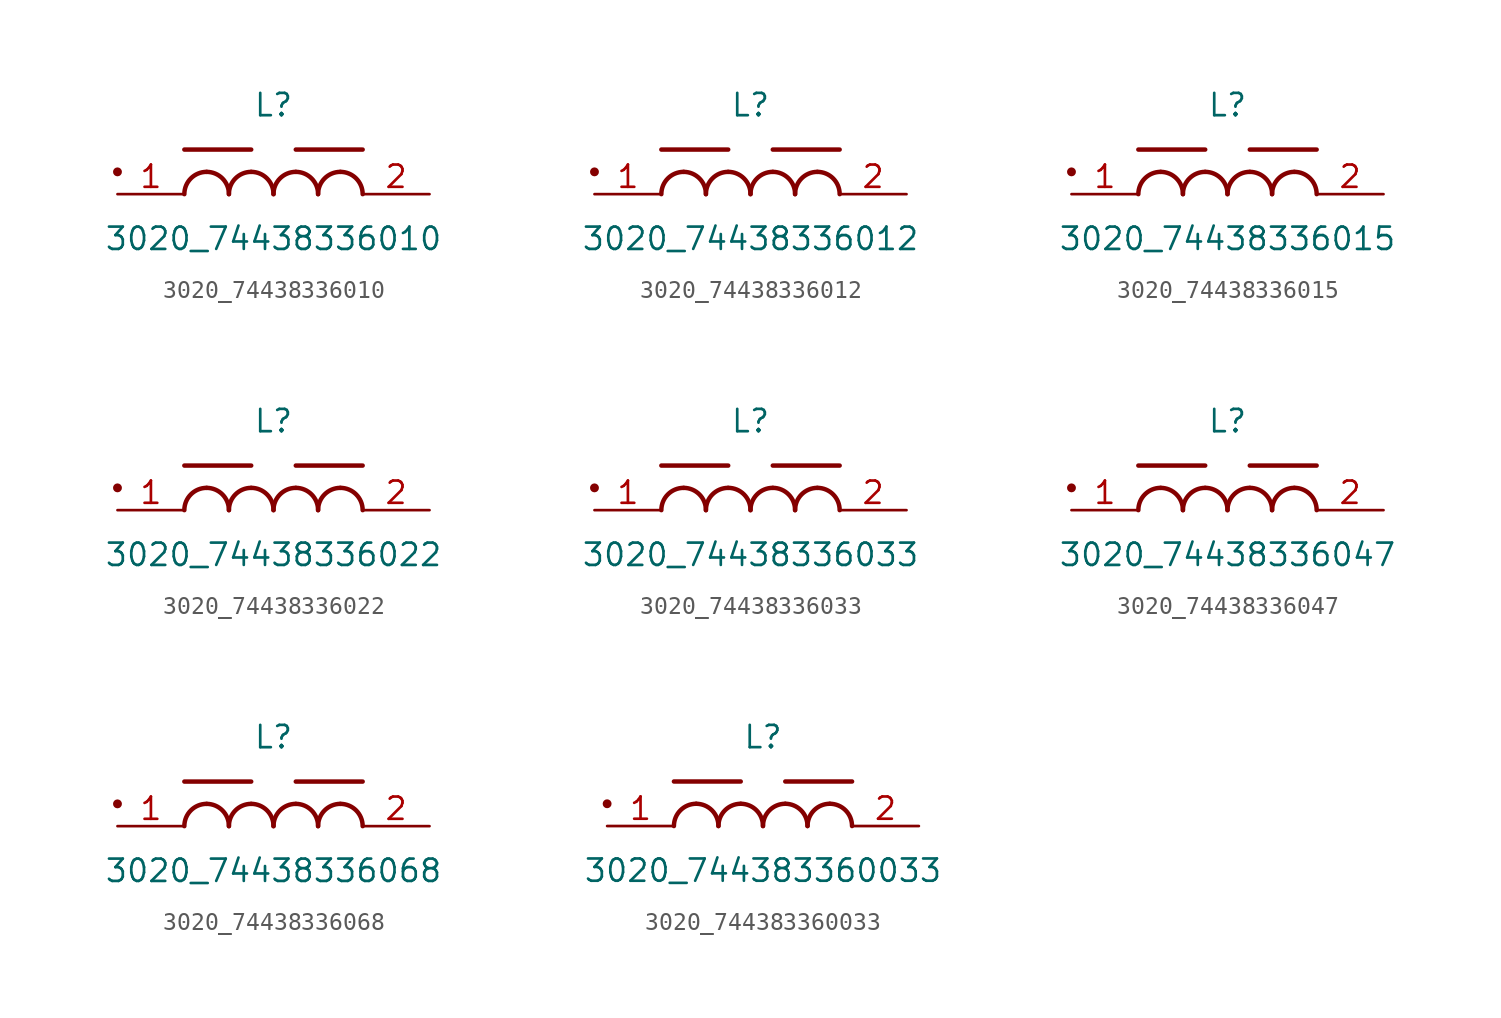
<source format=kicad_sym>
(kicad_symbol_lib
  (version 20211014)
  (generator kicad_symbol_editor)
  (symbol "Inductor_Wurth_WE-MAPI:3020_74438336010"
    (pin_names hide)
    (property "Reference" "L"
      (at 0 5.08 0)
      (effects (font (size 1.27 1.27))))
    (property "Value" "3020_74438336010"
      (at 0 -2.54 0)
      (effects (font (size 1.27 1.27))))
    (symbol "3020_74438336010_0_1"
      (circle (center -8.89 1.27) (radius 0.0001) (stroke (width 0.254)) (stroke (width 0.254) (type default) (color 0 0 0 0)) (fill (type none)))
      (arc (start -3.81 1.27) (mid -4.708 0.898) (end -5.08 0) (stroke (width 0.254) (type default) (color 0 0 0 0)) (fill (type none)))
      (arc (start -2.54 0) (mid -2.912 0.898) (end -3.81 1.27) (stroke (width 0.254) (type default) (color 0 0 0 0)) (fill (type none)))
      (arc (start -1.2699 1.2701) (mid -2.1679 0.8981) (end -2.5399 0.0001) (stroke (width 0.254) (type default) (color 0 0 0 0)) (fill (type none)))
      (polyline (pts (xy -5.08 2.54) (xy -1.27 2.54)) (stroke (width 0.254) (type default) (color 0 0 0 0)) (fill (type none)))
      (polyline (pts (xy 5.08 2.54) (xy 1.27 2.54)) (stroke (width 0.254) (type default) (color 0 0 0 0)) (fill (type none)))
      (arc (start 0.0001 0.0001) (mid -0.3719 0.8981) (end -1.2699 1.2701) (stroke (width 0.254) (type default) (color 0 0 0 0)) (fill (type none)))
      (arc (start 1.2701 1.2701) (mid 0.3721 0.8981) (end 0.0001 0.0001) (stroke (width 0.254) (type default) (color 0 0 0 0)) (fill (type none)))
      (arc (start 2.5401 0.0001) (mid 2.1681 0.8981) (end 1.2701 1.2701) (stroke (width 0.254) (type default) (color 0 0 0 0)) (fill (type none)))
      (arc (start 3.8101 1.2701) (mid 2.9121 0.8981) (end 2.5401 0.0001) (stroke (width 0.254) (type default) (color 0 0 0 0)) (fill (type none)))
      (arc (start 5.0801 0.0001) (mid 4.7081 0.8981) (end 3.8101 1.2701) (stroke (width 0.254) (type default) (color 0 0 0 0)) (fill (type none))))
    (symbol "3020_74438336010_1_1"
      (pin passive line (at -8.89 0 0) (length 3.81) (name "1" (effects (font (size 1.27 1.27)))) (number "1" (effects (font (size 1.27 1.27)))))
      (pin passive line (at 8.89 0 180) (length 3.81) (name "2" (effects (font (size 1.27 1.27)))) (number "2" (effects (font (size 1.27 1.27)))))))
  (symbol "Inductor_Wurth_WE-MAPI:3020_74438336012"
    (pin_names hide)
    (property "Reference" "L"
      (at 0 5.08 0)
      (effects (font (size 1.27 1.27))))
    (property "Value" "3020_74438336012"
      (at 0 -2.54 0)
      (effects (font (size 1.27 1.27))))
    (symbol "3020_74438336012_0_1"
      (circle (center -8.89 1.27) (radius 0.0001) (stroke (width 0.254)) (stroke (width 0.254) (type default) (color 0 0 0 0)) (fill (type none)))
      (arc (start -3.81 1.27) (mid -4.708 0.898) (end -5.08 0) (stroke (width 0.254) (type default) (color 0 0 0 0)) (fill (type none)))
      (arc (start -2.54 0) (mid -2.912 0.898) (end -3.81 1.27) (stroke (width 0.254) (type default) (color 0 0 0 0)) (fill (type none)))
      (arc (start -1.2699 1.2701) (mid -2.1679 0.8981) (end -2.5399 0.0001) (stroke (width 0.254) (type default) (color 0 0 0 0)) (fill (type none)))
      (polyline (pts (xy -5.08 2.54) (xy -1.27 2.54)) (stroke (width 0.254) (type default) (color 0 0 0 0)) (fill (type none)))
      (polyline (pts (xy 5.08 2.54) (xy 1.27 2.54)) (stroke (width 0.254) (type default) (color 0 0 0 0)) (fill (type none)))
      (arc (start 0.0001 0.0001) (mid -0.3719 0.8981) (end -1.2699 1.2701) (stroke (width 0.254) (type default) (color 0 0 0 0)) (fill (type none)))
      (arc (start 1.2701 1.2701) (mid 0.3721 0.8981) (end 0.0001 0.0001) (stroke (width 0.254) (type default) (color 0 0 0 0)) (fill (type none)))
      (arc (start 2.5401 0.0001) (mid 2.1681 0.8981) (end 1.2701 1.2701) (stroke (width 0.254) (type default) (color 0 0 0 0)) (fill (type none)))
      (arc (start 3.8101 1.2701) (mid 2.9121 0.8981) (end 2.5401 0.0001) (stroke (width 0.254) (type default) (color 0 0 0 0)) (fill (type none)))
      (arc (start 5.0801 0.0001) (mid 4.7081 0.8981) (end 3.8101 1.2701) (stroke (width 0.254) (type default) (color 0 0 0 0)) (fill (type none))))
    (symbol "3020_74438336012_1_1"
      (pin passive line (at -8.89 0 0) (length 3.81) (name "1" (effects (font (size 1.27 1.27)))) (number "1" (effects (font (size 1.27 1.27)))))
      (pin passive line (at 8.89 0 180) (length 3.81) (name "2" (effects (font (size 1.27 1.27)))) (number "2" (effects (font (size 1.27 1.27)))))))
  (symbol "Inductor_Wurth_WE-MAPI:3020_74438336015"
    (pin_names hide)
    (property "Reference" "L"
      (at 0 5.08 0)
      (effects (font (size 1.27 1.27))))
    (property "Value" "3020_74438336015"
      (at 0 -2.54 0)
      (effects (font (size 1.27 1.27))))
    (symbol "3020_74438336015_0_1"
      (circle (center -8.89 1.27) (radius 0.0001) (stroke (width 0.254)) (stroke (width 0.254) (type default) (color 0 0 0 0)) (fill (type none)))
      (arc (start -3.81 1.27) (mid -4.708 0.898) (end -5.08 0) (stroke (width 0.254) (type default) (color 0 0 0 0)) (fill (type none)))
      (arc (start -2.54 0) (mid -2.912 0.898) (end -3.81 1.27) (stroke (width 0.254) (type default) (color 0 0 0 0)) (fill (type none)))
      (arc (start -1.2699 1.2701) (mid -2.1679 0.8981) (end -2.5399 0.0001) (stroke (width 0.254) (type default) (color 0 0 0 0)) (fill (type none)))
      (polyline (pts (xy -5.08 2.54) (xy -1.27 2.54)) (stroke (width 0.254) (type default) (color 0 0 0 0)) (fill (type none)))
      (polyline (pts (xy 5.08 2.54) (xy 1.27 2.54)) (stroke (width 0.254) (type default) (color 0 0 0 0)) (fill (type none)))
      (arc (start 0.0001 0.0001) (mid -0.3719 0.8981) (end -1.2699 1.2701) (stroke (width 0.254) (type default) (color 0 0 0 0)) (fill (type none)))
      (arc (start 1.2701 1.2701) (mid 0.3721 0.8981) (end 0.0001 0.0001) (stroke (width 0.254) (type default) (color 0 0 0 0)) (fill (type none)))
      (arc (start 2.5401 0.0001) (mid 2.1681 0.8981) (end 1.2701 1.2701) (stroke (width 0.254) (type default) (color 0 0 0 0)) (fill (type none)))
      (arc (start 3.8101 1.2701) (mid 2.9121 0.8981) (end 2.5401 0.0001) (stroke (width 0.254) (type default) (color 0 0 0 0)) (fill (type none)))
      (arc (start 5.0801 0.0001) (mid 4.7081 0.8981) (end 3.8101 1.2701) (stroke (width 0.254) (type default) (color 0 0 0 0)) (fill (type none))))
    (symbol "3020_74438336015_1_1"
      (pin passive line (at -8.89 0 0) (length 3.81) (name "1" (effects (font (size 1.27 1.27)))) (number "1" (effects (font (size 1.27 1.27)))))
      (pin passive line (at 8.89 0 180) (length 3.81) (name "2" (effects (font (size 1.27 1.27)))) (number "2" (effects (font (size 1.27 1.27)))))))
  (symbol "Inductor_Wurth_WE-MAPI:3020_74438336022"
    (pin_names hide)
    (property "Reference" "L"
      (at 0 5.08 0)
      (effects (font (size 1.27 1.27))))
    (property "Value" "3020_74438336022"
      (at 0 -2.54 0)
      (effects (font (size 1.27 1.27))))
    (symbol "3020_74438336022_0_1"
      (circle (center -8.89 1.27) (radius 0.0001) (stroke (width 0.254)) (stroke (width 0.254) (type default) (color 0 0 0 0)) (fill (type none)))
      (arc (start -3.81 1.27) (mid -4.708 0.898) (end -5.08 0) (stroke (width 0.254) (type default) (color 0 0 0 0)) (fill (type none)))
      (arc (start -2.54 0) (mid -2.912 0.898) (end -3.81 1.27) (stroke (width 0.254) (type default) (color 0 0 0 0)) (fill (type none)))
      (arc (start -1.2699 1.2701) (mid -2.1679 0.8981) (end -2.5399 0.0001) (stroke (width 0.254) (type default) (color 0 0 0 0)) (fill (type none)))
      (polyline (pts (xy -5.08 2.54) (xy -1.27 2.54)) (stroke (width 0.254) (type default) (color 0 0 0 0)) (fill (type none)))
      (polyline (pts (xy 5.08 2.54) (xy 1.27 2.54)) (stroke (width 0.254) (type default) (color 0 0 0 0)) (fill (type none)))
      (arc (start 0.0001 0.0001) (mid -0.3719 0.8981) (end -1.2699 1.2701) (stroke (width 0.254) (type default) (color 0 0 0 0)) (fill (type none)))
      (arc (start 1.2701 1.2701) (mid 0.3721 0.8981) (end 0.0001 0.0001) (stroke (width 0.254) (type default) (color 0 0 0 0)) (fill (type none)))
      (arc (start 2.5401 0.0001) (mid 2.1681 0.8981) (end 1.2701 1.2701) (stroke (width 0.254) (type default) (color 0 0 0 0)) (fill (type none)))
      (arc (start 3.8101 1.2701) (mid 2.9121 0.8981) (end 2.5401 0.0001) (stroke (width 0.254) (type default) (color 0 0 0 0)) (fill (type none)))
      (arc (start 5.0801 0.0001) (mid 4.7081 0.8981) (end 3.8101 1.2701) (stroke (width 0.254) (type default) (color 0 0 0 0)) (fill (type none))))
    (symbol "3020_74438336022_1_1"
      (pin passive line (at -8.89 0 0) (length 3.81) (name "1" (effects (font (size 1.27 1.27)))) (number "1" (effects (font (size 1.27 1.27)))))
      (pin passive line (at 8.89 0 180) (length 3.81) (name "2" (effects (font (size 1.27 1.27)))) (number "2" (effects (font (size 1.27 1.27)))))))
  (symbol "Inductor_Wurth_WE-MAPI:3020_74438336033"
    (pin_names hide)
    (property "Reference" "L"
      (at 0 5.08 0)
      (effects (font (size 1.27 1.27))))
    (property "Value" "3020_74438336033"
      (at 0 -2.54 0)
      (effects (font (size 1.27 1.27))))
    (symbol "3020_74438336033_0_1"
      (circle (center -8.89 1.27) (radius 0.0001) (stroke (width 0.254)) (stroke (width 0.254) (type default) (color 0 0 0 0)) (fill (type none)))
      (arc (start -3.81 1.27) (mid -4.708 0.898) (end -5.08 0) (stroke (width 0.254) (type default) (color 0 0 0 0)) (fill (type none)))
      (arc (start -2.54 0) (mid -2.912 0.898) (end -3.81 1.27) (stroke (width 0.254) (type default) (color 0 0 0 0)) (fill (type none)))
      (arc (start -1.2699 1.2701) (mid -2.1679 0.8981) (end -2.5399 0.0001) (stroke (width 0.254) (type default) (color 0 0 0 0)) (fill (type none)))
      (polyline (pts (xy -5.08 2.54) (xy -1.27 2.54)) (stroke (width 0.254) (type default) (color 0 0 0 0)) (fill (type none)))
      (polyline (pts (xy 5.08 2.54) (xy 1.27 2.54)) (stroke (width 0.254) (type default) (color 0 0 0 0)) (fill (type none)))
      (arc (start 0.0001 0.0001) (mid -0.3719 0.8981) (end -1.2699 1.2701) (stroke (width 0.254) (type default) (color 0 0 0 0)) (fill (type none)))
      (arc (start 1.2701 1.2701) (mid 0.3721 0.8981) (end 0.0001 0.0001) (stroke (width 0.254) (type default) (color 0 0 0 0)) (fill (type none)))
      (arc (start 2.5401 0.0001) (mid 2.1681 0.8981) (end 1.2701 1.2701) (stroke (width 0.254) (type default) (color 0 0 0 0)) (fill (type none)))
      (arc (start 3.8101 1.2701) (mid 2.9121 0.8981) (end 2.5401 0.0001) (stroke (width 0.254) (type default) (color 0 0 0 0)) (fill (type none)))
      (arc (start 5.0801 0.0001) (mid 4.7081 0.8981) (end 3.8101 1.2701) (stroke (width 0.254) (type default) (color 0 0 0 0)) (fill (type none))))
    (symbol "3020_74438336033_1_1"
      (pin passive line (at -8.89 0 0) (length 3.81) (name "1" (effects (font (size 1.27 1.27)))) (number "1" (effects (font (size 1.27 1.27)))))
      (pin passive line (at 8.89 0 180) (length 3.81) (name "2" (effects (font (size 1.27 1.27)))) (number "2" (effects (font (size 1.27 1.27)))))))
  (symbol "Inductor_Wurth_WE-MAPI:3020_74438336047"
    (pin_names hide)
    (property "Reference" "L"
      (at 0 5.08 0)
      (effects (font (size 1.27 1.27))))
    (property "Value" "3020_74438336047"
      (at 0 -2.54 0)
      (effects (font (size 1.27 1.27))))
    (symbol "3020_74438336047_0_1"
      (circle (center -8.89 1.27) (radius 0.0001) (stroke (width 0.254)) (stroke (width 0.254) (type default) (color 0 0 0 0)) (fill (type none)))
      (arc (start -3.81 1.27) (mid -4.708 0.898) (end -5.08 0) (stroke (width 0.254) (type default) (color 0 0 0 0)) (fill (type none)))
      (arc (start -2.54 0) (mid -2.912 0.898) (end -3.81 1.27) (stroke (width 0.254) (type default) (color 0 0 0 0)) (fill (type none)))
      (arc (start -1.2699 1.2701) (mid -2.1679 0.8981) (end -2.5399 0.0001) (stroke (width 0.254) (type default) (color 0 0 0 0)) (fill (type none)))
      (polyline (pts (xy -5.08 2.54) (xy -1.27 2.54)) (stroke (width 0.254) (type default) (color 0 0 0 0)) (fill (type none)))
      (polyline (pts (xy 5.08 2.54) (xy 1.27 2.54)) (stroke (width 0.254) (type default) (color 0 0 0 0)) (fill (type none)))
      (arc (start 0.0001 0.0001) (mid -0.3719 0.8981) (end -1.2699 1.2701) (stroke (width 0.254) (type default) (color 0 0 0 0)) (fill (type none)))
      (arc (start 1.2701 1.2701) (mid 0.3721 0.8981) (end 0.0001 0.0001) (stroke (width 0.254) (type default) (color 0 0 0 0)) (fill (type none)))
      (arc (start 2.5401 0.0001) (mid 2.1681 0.8981) (end 1.2701 1.2701) (stroke (width 0.254) (type default) (color 0 0 0 0)) (fill (type none)))
      (arc (start 3.8101 1.2701) (mid 2.9121 0.8981) (end 2.5401 0.0001) (stroke (width 0.254) (type default) (color 0 0 0 0)) (fill (type none)))
      (arc (start 5.0801 0.0001) (mid 4.7081 0.8981) (end 3.8101 1.2701) (stroke (width 0.254) (type default) (color 0 0 0 0)) (fill (type none))))
    (symbol "3020_74438336047_1_1"
      (pin passive line (at -8.89 0 0) (length 3.81) (name "1" (effects (font (size 1.27 1.27)))) (number "1" (effects (font (size 1.27 1.27)))))
      (pin passive line (at 8.89 0 180) (length 3.81) (name "2" (effects (font (size 1.27 1.27)))) (number "2" (effects (font (size 1.27 1.27)))))))
  (symbol "Inductor_Wurth_WE-MAPI:3020_74438336068"
    (pin_names hide)
    (property "Reference" "L"
      (at 0 5.08 0)
      (effects (font (size 1.27 1.27))))
    (property "Value" "3020_74438336068"
      (at 0 -2.54 0)
      (effects (font (size 1.27 1.27))))
    (symbol "3020_74438336068_0_1"
      (circle (center -8.89 1.27) (radius 0.0001) (stroke (width 0.254)) (stroke (width 0.254) (type default) (color 0 0 0 0)) (fill (type none)))
      (arc (start -3.81 1.27) (mid -4.708 0.898) (end -5.08 0) (stroke (width 0.254) (type default) (color 0 0 0 0)) (fill (type none)))
      (arc (start -2.54 0) (mid -2.912 0.898) (end -3.81 1.27) (stroke (width 0.254) (type default) (color 0 0 0 0)) (fill (type none)))
      (arc (start -1.2699 1.2701) (mid -2.1679 0.8981) (end -2.5399 0.0001) (stroke (width 0.254) (type default) (color 0 0 0 0)) (fill (type none)))
      (polyline (pts (xy -5.08 2.54) (xy -1.27 2.54)) (stroke (width 0.254) (type default) (color 0 0 0 0)) (fill (type none)))
      (polyline (pts (xy 5.08 2.54) (xy 1.27 2.54)) (stroke (width 0.254) (type default) (color 0 0 0 0)) (fill (type none)))
      (arc (start 0.0001 0.0001) (mid -0.3719 0.8981) (end -1.2699 1.2701) (stroke (width 0.254) (type default) (color 0 0 0 0)) (fill (type none)))
      (arc (start 1.2701 1.2701) (mid 0.3721 0.8981) (end 0.0001 0.0001) (stroke (width 0.254) (type default) (color 0 0 0 0)) (fill (type none)))
      (arc (start 2.5401 0.0001) (mid 2.1681 0.8981) (end 1.2701 1.2701) (stroke (width 0.254) (type default) (color 0 0 0 0)) (fill (type none)))
      (arc (start 3.8101 1.2701) (mid 2.9121 0.8981) (end 2.5401 0.0001) (stroke (width 0.254) (type default) (color 0 0 0 0)) (fill (type none)))
      (arc (start 5.0801 0.0001) (mid 4.7081 0.8981) (end 3.8101 1.2701) (stroke (width 0.254) (type default) (color 0 0 0 0)) (fill (type none))))
    (symbol "3020_74438336068_1_1"
      (pin passive line (at -8.89 0 0) (length 3.81) (name "1" (effects (font (size 1.27 1.27)))) (number "1" (effects (font (size 1.27 1.27)))))
      (pin passive line (at 8.89 0 180) (length 3.81) (name "2" (effects (font (size 1.27 1.27)))) (number "2" (effects (font (size 1.27 1.27)))))))
  (symbol "Inductor_Wurth_WE-MAPI:3020_744383360033"
    (pin_names hide)
    (property "Reference" "L"
      (at 0 5.08 0)
      (effects (font (size 1.27 1.27))))
    (property "Value" "3020_744383360033"
      (at 0 -2.54 0)
      (effects (font (size 1.27 1.27))))
    (symbol "3020_744383360033_0_1"
      (circle (center -8.89 1.27) (radius 0.0001) (stroke (width 0.254)) (stroke (width 0.254) (type default) (color 0 0 0 0)) (fill (type none)))
      (arc (start -3.81 1.27) (mid -4.708 0.898) (end -5.08 0) (stroke (width 0.254) (type default) (color 0 0 0 0)) (fill (type none)))
      (arc (start -2.54 0) (mid -2.912 0.898) (end -3.81 1.27) (stroke (width 0.254) (type default) (color 0 0 0 0)) (fill (type none)))
      (arc (start -1.2699 1.2701) (mid -2.1679 0.8981) (end -2.5399 0.0001) (stroke (width 0.254) (type default) (color 0 0 0 0)) (fill (type none)))
      (polyline (pts (xy -5.08 2.54) (xy -1.27 2.54)) (stroke (width 0.254) (type default) (color 0 0 0 0)) (fill (type none)))
      (polyline (pts (xy 5.08 2.54) (xy 1.27 2.54)) (stroke (width 0.254) (type default) (color 0 0 0 0)) (fill (type none)))
      (arc (start 0.0001 0.0001) (mid -0.3719 0.8981) (end -1.2699 1.2701) (stroke (width 0.254) (type default) (color 0 0 0 0)) (fill (type none)))
      (arc (start 1.2701 1.2701) (mid 0.3721 0.8981) (end 0.0001 0.0001) (stroke (width 0.254) (type default) (color 0 0 0 0)) (fill (type none)))
      (arc (start 2.5401 0.0001) (mid 2.1681 0.8981) (end 1.2701 1.2701) (stroke (width 0.254) (type default) (color 0 0 0 0)) (fill (type none)))
      (arc (start 3.8101 1.2701) (mid 2.9121 0.8981) (end 2.5401 0.0001) (stroke (width 0.254) (type default) (color 0 0 0 0)) (fill (type none)))
      (arc (start 5.0801 0.0001) (mid 4.7081 0.8981) (end 3.8101 1.2701) (stroke (width 0.254) (type default) (color 0 0 0 0)) (fill (type none))))
    (symbol "3020_744383360033_1_1"
      (pin passive line (at -8.89 0 0) (length 3.81) (name "1" (effects (font (size 1.27 1.27)))) (number "1" (effects (font (size 1.27 1.27)))))
      (pin passive line (at 8.89 0 180) (length 3.81) (name "2" (effects (font (size 1.27 1.27)))) (number "2" (effects (font (size 1.27 1.27))))))))
</source>
